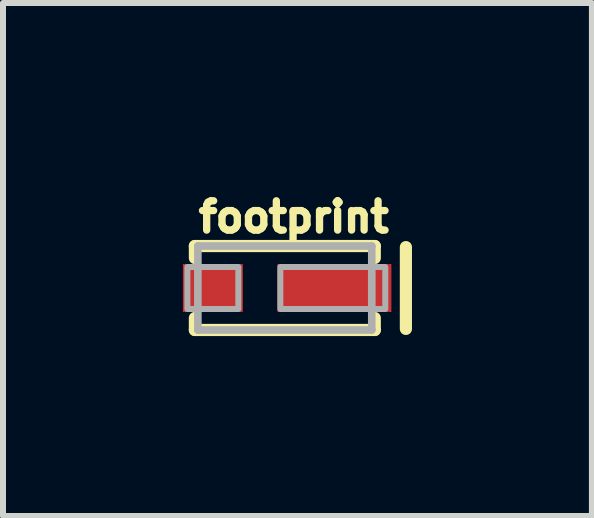
<source format=kicad_pcb>
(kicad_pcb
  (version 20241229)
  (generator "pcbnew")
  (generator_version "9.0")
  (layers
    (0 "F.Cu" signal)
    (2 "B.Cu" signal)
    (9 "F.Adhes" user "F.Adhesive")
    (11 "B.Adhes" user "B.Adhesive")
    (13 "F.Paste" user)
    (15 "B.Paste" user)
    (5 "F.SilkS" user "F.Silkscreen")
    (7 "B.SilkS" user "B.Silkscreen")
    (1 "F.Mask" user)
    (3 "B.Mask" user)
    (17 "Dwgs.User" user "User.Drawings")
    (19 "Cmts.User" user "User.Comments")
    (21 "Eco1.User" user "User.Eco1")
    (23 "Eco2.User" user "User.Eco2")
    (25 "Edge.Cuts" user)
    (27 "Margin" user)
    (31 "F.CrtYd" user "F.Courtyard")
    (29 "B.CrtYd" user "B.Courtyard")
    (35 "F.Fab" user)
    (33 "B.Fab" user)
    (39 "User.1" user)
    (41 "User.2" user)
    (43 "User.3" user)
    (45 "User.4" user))
  (footprint "footprint"
    (layer "F.Cu")
    (at 1.7 1.753)
    (property "Reference" "footprint" (at -1.5 -0.9 0) (layer "F.SilkS") (effects (font (size 0.488 0.488) (thickness 0.122)) (justify left bottom)))
    (fp_line (start -1.5 -0.7) (end -1.5 -0.5) (stroke (width 0.203) (type solid)) (layer "F.SilkS"))
    (fp_line (start -1.5 -0.7) (end 1.5 -0.7) (stroke (width 0.203) (type solid)) (layer "F.SilkS"))
    (fp_line (start -1.5 0.7) (end -1.5 0.5) (stroke (width 0.203) (type solid)) (layer "F.SilkS"))
    (fp_line (start 1.5 -0.7) (end 1.5 -0.5) (stroke (width 0.203) (type solid)) (layer "F.SilkS"))
    (fp_line (start 1.5 0.5) (end 1.5 0.7) (stroke (width 0.203) (type solid)) (layer "F.SilkS"))
    (fp_line (start 1.5 0.7) (end -1.5 0.7) (stroke (width 0.203) (type solid)) (layer "F.SilkS"))
    (fp_line (start 2.019 -0.682) (end 2.019 0.682) (stroke (width 0.203) (type solid)) (layer "F.SilkS"))
    (fp_poly (pts (xy -1.5 0.3) (xy -0.9 0.3) (xy -0.9 -0.3) (xy -1.5 -0.3)) (stroke (width 0) (type solid)) (fill yes) (layer "F.Paste"))
    (fp_poly (pts (xy 0 0.3) (xy 0.6 0.3) (xy 0.6 -0.3) (xy 0 -0.3)) (stroke (width 0) (type solid)) (fill yes) (layer "F.Paste"))
    (fp_poly (pts (xy 1 0.3) (xy 1.6 0.3) (xy 1.6 -0.3) (xy 1 -0.3)) (stroke (width 0) (type solid)) (fill yes) (layer "F.Paste"))
    (fp_line (start -1.45 -0.7) (end 1.45 -0.7) (stroke (width 0.127) (type solid)) (layer "F.Fab"))
    (fp_line (start -1.45 0.7) (end -1.45 -0.7) (stroke (width 0.127) (type solid)) (layer "F.Fab"))
    (fp_line (start 1.45 -0.7) (end 1.45 0.7) (stroke (width 0.127) (type solid)) (layer "F.Fab"))
    (fp_line (start 1.45 0.7) (end -1.45 0.7) (stroke (width 0.127) (type solid)) (layer "F.Fab"))
    (fp_poly (pts (xy -1.625 0.35) (xy -0.775 0.35) (xy -0.775 -0.35) (xy -1.625 -0.35)) (stroke (width 0.1) (type solid)) (fill no) (layer "F.Fab"))
    (fp_poly (pts (xy -0.075 0.35) (xy 1.675 0.35) (xy 1.675 -0.35) (xy -0.075 -0.35)) (stroke (width 0.1) (type solid)) (fill no) (layer "F.Fab"))
    (pad "A" smd rect (at -1.2 0 90) (size 0.8 1) (layers "F.Cu" "F.Mask"))
    (pad "C" smd rect (at 0.827 0 90) (size 0.8 1.9) (layers "F.Cu" "F.Mask")))
  (gr_rect
    (start -3 -3)
    (end 6.821 5.555)
    (stroke (width 0.1) (type default))
    (fill no)
    (layer "Edge.Cuts")))
</source>
